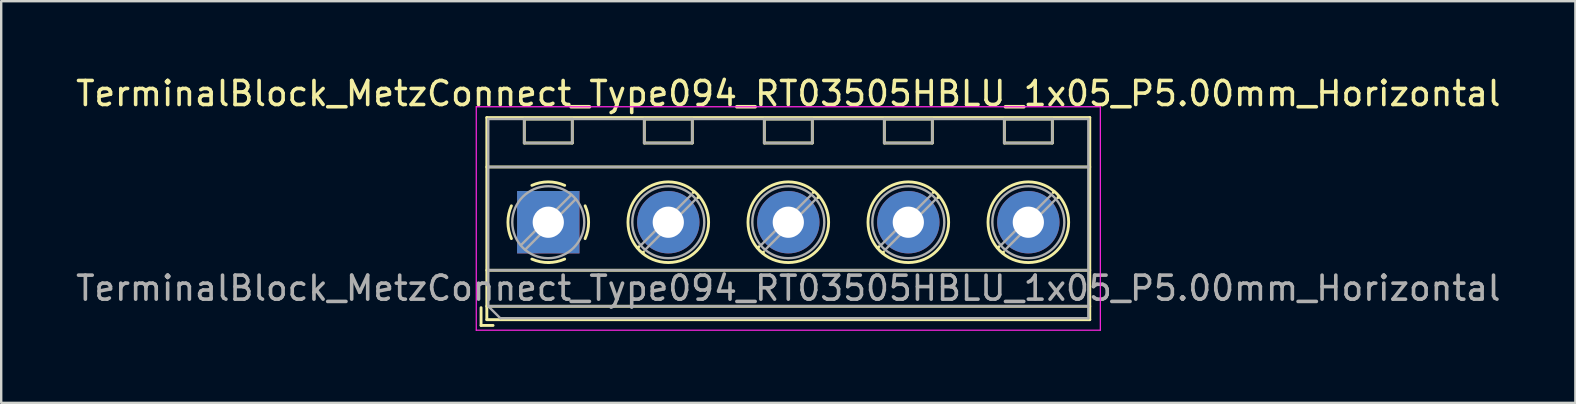
<source format=kicad_pcb>
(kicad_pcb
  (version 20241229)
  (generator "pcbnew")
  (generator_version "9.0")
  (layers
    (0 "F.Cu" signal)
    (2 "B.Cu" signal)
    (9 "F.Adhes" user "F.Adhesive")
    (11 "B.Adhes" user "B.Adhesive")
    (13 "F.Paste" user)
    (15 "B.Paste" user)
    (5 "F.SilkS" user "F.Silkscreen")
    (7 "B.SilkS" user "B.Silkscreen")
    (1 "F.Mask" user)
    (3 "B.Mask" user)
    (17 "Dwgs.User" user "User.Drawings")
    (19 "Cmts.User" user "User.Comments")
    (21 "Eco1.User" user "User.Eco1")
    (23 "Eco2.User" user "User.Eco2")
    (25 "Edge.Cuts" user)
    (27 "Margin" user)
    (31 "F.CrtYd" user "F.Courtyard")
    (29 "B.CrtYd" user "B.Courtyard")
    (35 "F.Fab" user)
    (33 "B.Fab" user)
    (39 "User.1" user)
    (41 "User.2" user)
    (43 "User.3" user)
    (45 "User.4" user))
  (footprint "TerminalBlock_MetzConnect_Type094_RT03505HBLU_1x05_P5.00mm_Horizontal"
    (layer "F.Cu")
    (at 19.792 6.208)
    (property "Reference" "TerminalBlock_MetzConnect_Type094_RT03505HBLU_1x05_P5.00mm_Horizontal" (at 10 -5.36 0) (layer "F.SilkS") (effects (font (size 1 1) (thickness 0.15))))
    (attr through_hole)
    (fp_line (start -2.8 3.56) (end -2.8 4.3) (stroke (width 0.12) (type solid)) (layer "F.SilkS"))
    (fp_line (start -2.8 4.3) (end -2.3 4.3) (stroke (width 0.12) (type solid)) (layer "F.SilkS"))
    (fp_line (start -2.56 -4.36) (end -2.56 4.06) (stroke (width 0.12) (type solid)) (layer "F.SilkS"))
    (fp_line (start -2.56 -4.36) (end 22.56 -4.36) (stroke (width 0.12) (type solid)) (layer "F.SilkS"))
    (fp_line (start -2.56 -2.301) (end 22.56 -2.301) (stroke (width 0.12) (type solid)) (layer "F.SilkS"))
    (fp_line (start -2.56 2) (end 22.56 2) (stroke (width 0.12) (type solid)) (layer "F.SilkS"))
    (fp_line (start -2.56 3.5) (end 22.56 3.5) (stroke (width 0.12) (type solid)) (layer "F.SilkS"))
    (fp_line (start -2.56 4.06) (end 22.56 4.06) (stroke (width 0.12) (type solid)) (layer "F.SilkS"))
    (fp_line (start -1 -4.3) (end -1 -3.3) (stroke (width 0.12) (type solid)) (layer "F.SilkS"))
    (fp_line (start -1 -4.3) (end 1 -4.3) (stroke (width 0.12) (type solid)) (layer "F.SilkS"))
    (fp_line (start -1 -3.3) (end 1 -3.3) (stroke (width 0.12) (type solid)) (layer "F.SilkS"))
    (fp_line (start 1 -4.3) (end 1 -3.3) (stroke (width 0.12) (type solid)) (layer "F.SilkS"))
    (fp_line (start 3.773 1.023) (end 3.726 1.069) (stroke (width 0.12) (type solid)) (layer "F.SilkS"))
    (fp_line (start 3.966 1.239) (end 3.931 1.274) (stroke (width 0.12) (type solid)) (layer "F.SilkS"))
    (fp_line (start 4 -4.3) (end 4 -3.3) (stroke (width 0.12) (type solid)) (layer "F.SilkS"))
    (fp_line (start 4 -4.3) (end 6 -4.3) (stroke (width 0.12) (type solid)) (layer "F.SilkS"))
    (fp_line (start 4 -3.3) (end 6 -3.3) (stroke (width 0.12) (type solid)) (layer "F.SilkS"))
    (fp_line (start 6 -4.3) (end 6 -3.3) (stroke (width 0.12) (type solid)) (layer "F.SilkS"))
    (fp_line (start 6.07 -1.275) (end 6.035 -1.239) (stroke (width 0.12) (type solid)) (layer "F.SilkS"))
    (fp_line (start 6.275 -1.069) (end 6.228 -1.023) (stroke (width 0.12) (type solid)) (layer "F.SilkS"))
    (fp_line (start 8.773 1.023) (end 8.726 1.069) (stroke (width 0.12) (type solid)) (layer "F.SilkS"))
    (fp_line (start 8.966 1.239) (end 8.931 1.274) (stroke (width 0.12) (type solid)) (layer "F.SilkS"))
    (fp_line (start 9 -4.3) (end 9 -3.3) (stroke (width 0.12) (type solid)) (layer "F.SilkS"))
    (fp_line (start 9 -4.3) (end 11 -4.3) (stroke (width 0.12) (type solid)) (layer "F.SilkS"))
    (fp_line (start 9 -3.3) (end 11 -3.3) (stroke (width 0.12) (type solid)) (layer "F.SilkS"))
    (fp_line (start 11 -4.3) (end 11 -3.3) (stroke (width 0.12) (type solid)) (layer "F.SilkS"))
    (fp_line (start 11.07 -1.275) (end 11.035 -1.239) (stroke (width 0.12) (type solid)) (layer "F.SilkS"))
    (fp_line (start 11.275 -1.069) (end 11.228 -1.023) (stroke (width 0.12) (type solid)) (layer "F.SilkS"))
    (fp_line (start 13.773 1.023) (end 13.726 1.069) (stroke (width 0.12) (type solid)) (layer "F.SilkS"))
    (fp_line (start 13.966 1.239) (end 13.931 1.274) (stroke (width 0.12) (type solid)) (layer "F.SilkS"))
    (fp_line (start 14 -4.3) (end 14 -3.3) (stroke (width 0.12) (type solid)) (layer "F.SilkS"))
    (fp_line (start 14 -4.3) (end 16 -4.3) (stroke (width 0.12) (type solid)) (layer "F.SilkS"))
    (fp_line (start 14 -3.3) (end 16 -3.3) (stroke (width 0.12) (type solid)) (layer "F.SilkS"))
    (fp_line (start 16 -4.3) (end 16 -3.3) (stroke (width 0.12) (type solid)) (layer "F.SilkS"))
    (fp_line (start 16.07 -1.275) (end 16.035 -1.239) (stroke (width 0.12) (type solid)) (layer "F.SilkS"))
    (fp_line (start 16.275 -1.069) (end 16.228 -1.023) (stroke (width 0.12) (type solid)) (layer "F.SilkS"))
    (fp_line (start 18.773 1.023) (end 18.726 1.069) (stroke (width 0.12) (type solid)) (layer "F.SilkS"))
    (fp_line (start 18.966 1.239) (end 18.931 1.274) (stroke (width 0.12) (type solid)) (layer "F.SilkS"))
    (fp_line (start 19 -4.3) (end 19 -3.3) (stroke (width 0.12) (type solid)) (layer "F.SilkS"))
    (fp_line (start 19 -4.3) (end 21 -4.3) (stroke (width 0.12) (type solid)) (layer "F.SilkS"))
    (fp_line (start 19 -3.3) (end 21 -3.3) (stroke (width 0.12) (type solid)) (layer "F.SilkS"))
    (fp_line (start 21 -4.3) (end 21 -3.3) (stroke (width 0.12) (type solid)) (layer "F.SilkS"))
    (fp_line (start 21.07 -1.275) (end 21.035 -1.239) (stroke (width 0.12) (type solid)) (layer "F.SilkS"))
    (fp_line (start 21.275 -1.069) (end 21.228 -1.023) (stroke (width 0.12) (type solid)) (layer "F.SilkS"))
    (fp_line (start 22.56 -4.36) (end 22.56 4.06) (stroke (width 0.12) (type solid)) (layer "F.SilkS"))
    (fp_arc (start -1.535427 0.683042) (mid -1.680501 -0.000524) (end -1.535 -0.684) (stroke (width 0.12) (type solid)) (layer "F.SilkS"))
    (fp_arc (start -0.683042 -1.535427) (mid 0.000524 -1.680501) (end 0.684 -1.535) (stroke (width 0.12) (type solid)) (layer "F.SilkS"))
    (fp_arc (start 0.028805 1.680253) (mid -0.335551 1.646659) (end -0.684 1.535) (stroke (width 0.12) (type solid)) (layer "F.SilkS"))
    (fp_arc (start 0.683318 1.534756) (mid 0.349292 1.643288) (end 0 1.68) (stroke (width 0.12) (type solid)) (layer "F.SilkS"))
    (fp_arc (start 1.535427 -0.683042) (mid 1.680501 0.000524) (end 1.535 0.684) (stroke (width 0.12) (type solid)) (layer "F.SilkS"))
    (fp_circle (center 5 0) (end 6.68 0) (stroke (width 0.12) (type solid)) (fill no) (layer "F.SilkS"))
    (fp_circle (center 10 0) (end 11.68 0) (stroke (width 0.12) (type solid)) (fill no) (layer "F.SilkS"))
    (fp_circle (center 15 0) (end 16.68 0) (stroke (width 0.12) (type solid)) (fill no) (layer "F.SilkS"))
    (fp_circle (center 20 0) (end 21.68 0) (stroke (width 0.12) (type solid)) (fill no) (layer "F.SilkS"))
    (fp_line (start -3 -4.81) (end -3 4.5) (stroke (width 0.05) (type solid)) (layer "F.CrtYd"))
    (fp_line (start -3 4.5) (end 23 4.5) (stroke (width 0.05) (type solid)) (layer "F.CrtYd"))
    (fp_line (start 23 -4.81) (end -3 -4.81) (stroke (width 0.05) (type solid)) (layer "F.CrtYd"))
    (fp_line (start 23 4.5) (end 23 -4.81) (stroke (width 0.05) (type solid)) (layer "F.CrtYd"))
    (fp_line (start -2.5 -4.3) (end 22.5 -4.3) (stroke (width 0.1) (type solid)) (layer "F.Fab"))
    (fp_line (start -2.5 -2.3) (end 22.5 -2.3) (stroke (width 0.1) (type solid)) (layer "F.Fab"))
    (fp_line (start -2.5 2) (end 22.5 2) (stroke (width 0.1) (type solid)) (layer "F.Fab"))
    (fp_line (start -2.5 3.5) (end -2.5 -4.3) (stroke (width 0.1) (type solid)) (layer "F.Fab"))
    (fp_line (start -2.5 3.5) (end 22.5 3.5) (stroke (width 0.1) (type solid)) (layer "F.Fab"))
    (fp_line (start -2 4) (end -2.5 3.5) (stroke (width 0.1) (type solid)) (layer "F.Fab"))
    (fp_line (start -1 -4.3) (end -1 -3.3) (stroke (width 0.1) (type solid)) (layer "F.Fab"))
    (fp_line (start -1 -3.3) (end 1 -3.3) (stroke (width 0.1) (type solid)) (layer "F.Fab"))
    (fp_line (start 0.955 -1.138) (end -1.138 0.955) (stroke (width 0.1) (type solid)) (layer "F.Fab"))
    (fp_line (start 1 -4.3) (end -1 -4.3) (stroke (width 0.1) (type solid)) (layer "F.Fab"))
    (fp_line (start 1 -3.3) (end 1 -4.3) (stroke (width 0.1) (type solid)) (layer "F.Fab"))
    (fp_line (start 1.138 -0.955) (end -0.955 1.138) (stroke (width 0.1) (type solid)) (layer "F.Fab"))
    (fp_line (start 4 -4.3) (end 4 -3.3) (stroke (width 0.1) (type solid)) (layer "F.Fab"))
    (fp_line (start 4 -3.3) (end 6 -3.3) (stroke (width 0.1) (type solid)) (layer "F.Fab"))
    (fp_line (start 5.955 -1.138) (end 3.863 0.955) (stroke (width 0.1) (type solid)) (layer "F.Fab"))
    (fp_line (start 6 -4.3) (end 4 -4.3) (stroke (width 0.1) (type solid)) (layer "F.Fab"))
    (fp_line (start 6 -3.3) (end 6 -4.3) (stroke (width 0.1) (type solid)) (layer "F.Fab"))
    (fp_line (start 6.138 -0.955) (end 4.046 1.138) (stroke (width 0.1) (type solid)) (layer "F.Fab"))
    (fp_line (start 9 -4.3) (end 9 -3.3) (stroke (width 0.1) (type solid)) (layer "F.Fab"))
    (fp_line (start 9 -3.3) (end 11 -3.3) (stroke (width 0.1) (type solid)) (layer "F.Fab"))
    (fp_line (start 10.955 -1.138) (end 8.863 0.955) (stroke (width 0.1) (type solid)) (layer "F.Fab"))
    (fp_line (start 11 -4.3) (end 9 -4.3) (stroke (width 0.1) (type solid)) (layer "F.Fab"))
    (fp_line (start 11 -3.3) (end 11 -4.3) (stroke (width 0.1) (type solid)) (layer "F.Fab"))
    (fp_line (start 11.138 -0.955) (end 9.046 1.138) (stroke (width 0.1) (type solid)) (layer "F.Fab"))
    (fp_line (start 14 -4.3) (end 14 -3.3) (stroke (width 0.1) (type solid)) (layer "F.Fab"))
    (fp_line (start 14 -3.3) (end 16 -3.3) (stroke (width 0.1) (type solid)) (layer "F.Fab"))
    (fp_line (start 15.955 -1.138) (end 13.863 0.955) (stroke (width 0.1) (type solid)) (layer "F.Fab"))
    (fp_line (start 16 -4.3) (end 14 -4.3) (stroke (width 0.1) (type solid)) (layer "F.Fab"))
    (fp_line (start 16 -3.3) (end 16 -4.3) (stroke (width 0.1) (type solid)) (layer "F.Fab"))
    (fp_line (start 16.138 -0.955) (end 14.046 1.138) (stroke (width 0.1) (type solid)) (layer "F.Fab"))
    (fp_line (start 19 -4.3) (end 19 -3.3) (stroke (width 0.1) (type solid)) (layer "F.Fab"))
    (fp_line (start 19 -3.3) (end 21 -3.3) (stroke (width 0.1) (type solid)) (layer "F.Fab"))
    (fp_line (start 20.955 -1.138) (end 18.863 0.955) (stroke (width 0.1) (type solid)) (layer "F.Fab"))
    (fp_line (start 21 -4.3) (end 19 -4.3) (stroke (width 0.1) (type solid)) (layer "F.Fab"))
    (fp_line (start 21 -3.3) (end 21 -4.3) (stroke (width 0.1) (type solid)) (layer "F.Fab"))
    (fp_line (start 21.138 -0.955) (end 19.046 1.138) (stroke (width 0.1) (type solid)) (layer "F.Fab"))
    (fp_line (start 22.5 -4.3) (end 22.5 4) (stroke (width 0.1) (type solid)) (layer "F.Fab"))
    (fp_line (start 22.5 4) (end -2 4) (stroke (width 0.1) (type solid)) (layer "F.Fab"))
    (fp_circle (center 0 0) (end 1.5 0) (stroke (width 0.1) (type solid)) (fill no) (layer "F.Fab"))
    (fp_circle (center 5 0) (end 6.5 0) (stroke (width 0.1) (type solid)) (fill no) (layer "F.Fab"))
    (fp_circle (center 10 0) (end 11.5 0) (stroke (width 0.1) (type solid)) (fill no) (layer "F.Fab"))
    (fp_circle (center 15 0) (end 16.5 0) (stroke (width 0.1) (type solid)) (fill no) (layer "F.Fab"))
    (fp_circle (center 20 0) (end 21.5 0) (stroke (width 0.1) (type solid)) (fill no) (layer "F.Fab"))
    (fp_text user "${REFERENCE}" (at 10 2.75 0) (layer "F.Fab") (effects (font (size 1 1) (thickness 0.15))))
    (pad "1" thru_hole rect (at 0 0) (size 2.6 2.6) (drill 1.3) (layers "*.Cu" "*.Mask"))
    (pad "2" thru_hole circle (at 5 0) (size 2.6 2.6) (drill 1.3) (layers "*.Cu" "*.Mask"))
    (pad "3" thru_hole circle (at 10 0) (size 2.6 2.6) (drill 1.3) (layers "*.Cu" "*.Mask"))
    (pad "4" thru_hole circle (at 15 0) (size 2.6 2.6) (drill 1.3) (layers "*.Cu" "*.Mask"))
    (pad "5" thru_hole circle (at 20 0) (size 2.6 2.6) (drill 1.3) (layers "*.Cu" "*.Mask")))
  (gr_rect
    (start -3 -3)
    (end 62.583 13.733)
    (stroke (width 0.1) (type default))
    (fill no)
    (layer "Edge.Cuts")))
</source>
